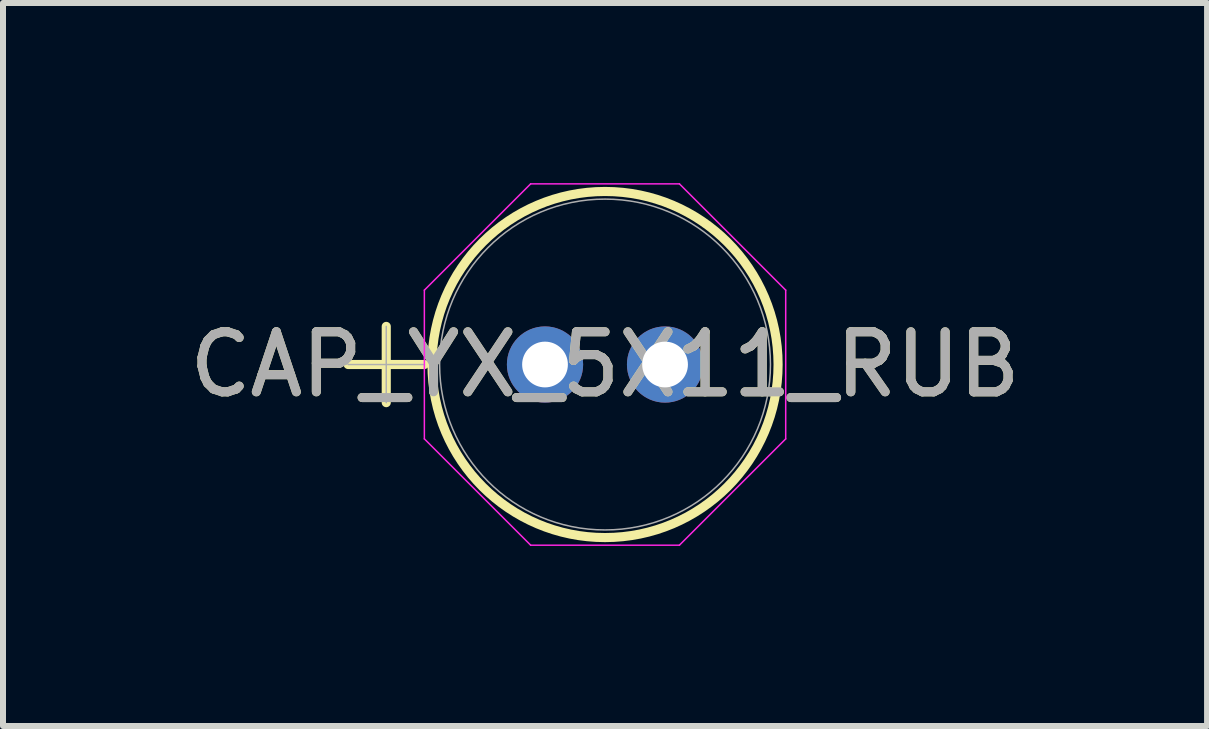
<source format=kicad_pcb>
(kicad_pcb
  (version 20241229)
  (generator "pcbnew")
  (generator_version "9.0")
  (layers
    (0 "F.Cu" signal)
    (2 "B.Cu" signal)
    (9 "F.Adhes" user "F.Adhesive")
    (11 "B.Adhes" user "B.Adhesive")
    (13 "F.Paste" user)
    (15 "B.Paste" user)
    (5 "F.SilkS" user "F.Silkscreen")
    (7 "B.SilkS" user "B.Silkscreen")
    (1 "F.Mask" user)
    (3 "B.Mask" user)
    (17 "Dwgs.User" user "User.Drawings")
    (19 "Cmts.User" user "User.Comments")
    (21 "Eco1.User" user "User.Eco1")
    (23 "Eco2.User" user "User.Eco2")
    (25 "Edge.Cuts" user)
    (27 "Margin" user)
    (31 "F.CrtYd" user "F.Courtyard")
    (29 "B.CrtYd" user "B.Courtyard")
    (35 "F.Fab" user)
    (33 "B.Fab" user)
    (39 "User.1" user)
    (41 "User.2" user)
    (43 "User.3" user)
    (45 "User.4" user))
  (footprint "CAP_YX_5X11_RUB"
    (layer "F.Cu")
    (at 6.03 3.023)
    (property "Reference" "CAP_YX_5X11_RUB" (at 1 0 0) (unlocked yes) (layer "F.SilkS") (effects (font (size 1 1) (thickness 0.15))))
    (attr through_hole)
    (fp_line (start -3.28 0) (end -2.01 0) (stroke (width 0.152) (type solid)) (layer "F.SilkS"))
    (fp_line (start -2.645 -0.635) (end -2.645 0.635) (stroke (width 0.152) (type solid)) (layer "F.SilkS"))
    (fp_circle (center 1 0) (end 3.883 0) (stroke (width 0.152) (type solid)) (fill no) (layer "F.SilkS"))
    (fp_line (start -2.01 -1.239) (end -0.239 -3.01) (stroke (width 0.025) (type solid)) (layer "F.CrtYd"))
    (fp_line (start -2.01 1.239) (end -2.01 -1.239) (stroke (width 0.025) (type solid)) (layer "F.CrtYd"))
    (fp_line (start -0.239 -3.01) (end 2.239 -3.01) (stroke (width 0.025) (type solid)) (layer "F.CrtYd"))
    (fp_line (start -0.239 3.01) (end -2.01 1.239) (stroke (width 0.025) (type solid)) (layer "F.CrtYd"))
    (fp_line (start 2.239 -3.01) (end 4.01 -1.239) (stroke (width 0.025) (type solid)) (layer "F.CrtYd"))
    (fp_line (start 2.239 3.01) (end -0.239 3.01) (stroke (width 0.025) (type solid)) (layer "F.CrtYd"))
    (fp_line (start 4.01 -1.239) (end 4.01 1.239) (stroke (width 0.025) (type solid)) (layer "F.CrtYd"))
    (fp_line (start 4.01 1.239) (end 2.239 3.01) (stroke (width 0.025) (type solid)) (layer "F.CrtYd"))
    (fp_line (start -3.28 0) (end -2.01 0) (stroke (width 0.025) (type solid)) (layer "F.Fab"))
    (fp_line (start -2.645 -0.635) (end -2.645 0.635) (stroke (width 0.025) (type solid)) (layer "F.Fab"))
    (fp_circle (center 1 0) (end 3.756 0) (stroke (width 0.025) (type solid)) (fill no) (layer "F.Fab"))
    (fp_text user "${REFERENCE}" (at 1 0 0) (unlocked yes) (layer "F.Fab") (effects (font (size 1 1) (thickness 0.15))))
    (pad "1" thru_hole circle (at 0 0) (size 1.27 1.27) (drill 0.762) (layers "*.Cu" "*.Mask"))
    (pad "2" thru_hole circle (at 2 0) (size 1.27 1.27) (drill 0.762) (layers "*.Cu" "*.Mask")))
  (gr_rect
    (start -3 -3)
    (end 17.06 9.045)
    (stroke (width 0.1) (type default))
    (fill no)
    (layer "Edge.Cuts")))
</source>
